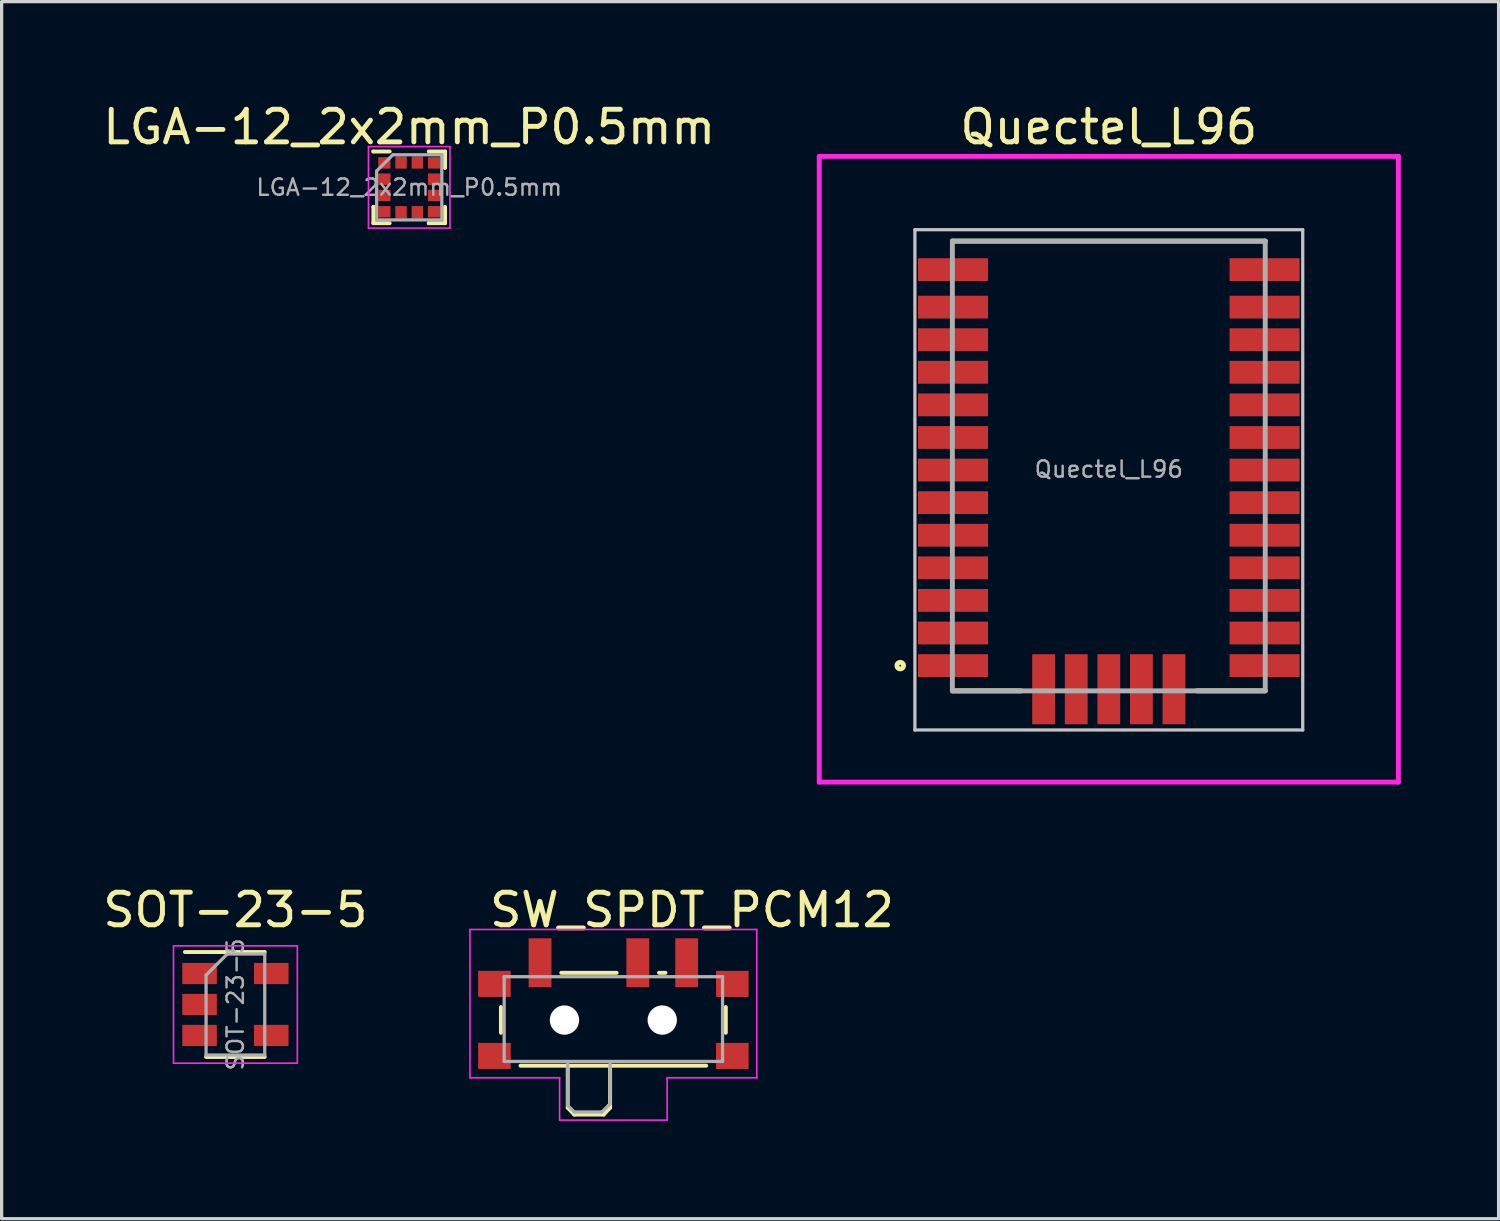
<source format=kicad_pcb>
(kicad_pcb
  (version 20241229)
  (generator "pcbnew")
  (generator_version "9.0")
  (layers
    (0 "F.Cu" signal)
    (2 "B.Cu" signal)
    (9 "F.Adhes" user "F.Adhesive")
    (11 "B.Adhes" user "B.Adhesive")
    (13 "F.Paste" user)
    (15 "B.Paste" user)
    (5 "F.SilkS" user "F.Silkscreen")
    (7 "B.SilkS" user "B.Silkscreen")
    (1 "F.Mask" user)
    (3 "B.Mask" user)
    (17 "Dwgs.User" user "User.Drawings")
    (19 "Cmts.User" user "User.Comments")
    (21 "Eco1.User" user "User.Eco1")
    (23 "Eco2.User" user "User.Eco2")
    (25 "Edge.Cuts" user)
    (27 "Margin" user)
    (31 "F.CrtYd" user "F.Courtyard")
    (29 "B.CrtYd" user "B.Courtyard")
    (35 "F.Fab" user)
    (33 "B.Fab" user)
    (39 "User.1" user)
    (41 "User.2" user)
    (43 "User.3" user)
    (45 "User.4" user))
  (footprint "LGA-12_2x2mm_P0.5mm"
    (layer "F.Cu")
    (at 9.506 2.698)
    (property "Reference" "LGA-12_2x2mm_P0.5mm" (at 0 -1.85 0) (layer "F.SilkS") (effects (font (size 1 1) (thickness 0.15))))
    (attr smd)
    (fp_line (start -1.1 -1.1) (end -1.1 -1.1) (stroke (width 0.12) (type solid)) (layer "F.SilkS"))
    (fp_line (start -1.1 0.6) (end -1.1 0.6) (stroke (width 0.12) (type solid)) (layer "F.SilkS"))
    (fp_line (start -1.1 1.1) (end -1.1 0.6) (stroke (width 0.12) (type solid)) (layer "F.SilkS"))
    (fp_line (start -0.6 -1.1) (end -1.1 -1.1) (stroke (width 0.12) (type solid)) (layer "F.SilkS"))
    (fp_line (start -0.6 1.1) (end -1.1 1.1) (stroke (width 0.12) (type solid)) (layer "F.SilkS"))
    (fp_line (start 0.6 -1.1) (end 1.1 -1.1) (stroke (width 0.12) (type solid)) (layer "F.SilkS"))
    (fp_line (start 0.6 1.1) (end 0.6 1.1) (stroke (width 0.12) (type solid)) (layer "F.SilkS"))
    (fp_line (start 1.1 -1.1) (end 1.1 -0.6) (stroke (width 0.12) (type solid)) (layer "F.SilkS"))
    (fp_line (start 1.1 -0.6) (end 1.1 -0.6) (stroke (width 0.12) (type solid)) (layer "F.SilkS"))
    (fp_line (start 1.1 0.6) (end 1.1 1.1) (stroke (width 0.12) (type solid)) (layer "F.SilkS"))
    (fp_line (start 1.1 1.1) (end 0.6 1.1) (stroke (width 0.12) (type solid)) (layer "F.SilkS"))
    (fp_line (start -1.25 -1.25) (end 1.25 -1.25) (stroke (width 0.05) (type solid)) (layer "F.CrtYd"))
    (fp_line (start -1.25 1.25) (end -1.25 -1.25) (stroke (width 0.05) (type solid)) (layer "F.CrtYd"))
    (fp_line (start 1.25 -1.25) (end 1.25 1.25) (stroke (width 0.05) (type solid)) (layer "F.CrtYd"))
    (fp_line (start 1.25 1.25) (end -1.25 1.25) (stroke (width 0.05) (type solid)) (layer "F.CrtYd"))
    (fp_line (start -1 -0.5) (end -0.5 -1) (stroke (width 0.1) (type solid)) (layer "F.Fab"))
    (fp_line (start -1 1) (end -1 -0.5) (stroke (width 0.1) (type solid)) (layer "F.Fab"))
    (fp_line (start -0.5 -1) (end 1 -1) (stroke (width 0.1) (type solid)) (layer "F.Fab"))
    (fp_line (start 1 -1) (end 1 1) (stroke (width 0.1) (type solid)) (layer "F.Fab"))
    (fp_line (start 1 1) (end -1 1) (stroke (width 0.1) (type solid)) (layer "F.Fab"))
    (fp_text user "${REFERENCE}" (at 0 0 0) (layer "F.Fab") (effects (font (size 0.5 0.5) (thickness 0.075))))
    (pad "1" smd rect (at -0.762 -0.75) (size 0.375 0.35) (layers "F.Cu" "F.Mask" "F.Paste"))
    (pad "2" smd rect (at -0.762 -0.25) (size 0.375 0.35) (layers "F.Cu" "F.Mask" "F.Paste"))
    (pad "3" smd rect (at -0.762 0.25) (size 0.375 0.35) (layers "F.Cu" "F.Mask" "F.Paste"))
    (pad "4" smd rect (at -0.762 0.75) (size 0.375 0.35) (layers "F.Cu" "F.Mask" "F.Paste"))
    (pad "5" smd rect (at -0.25 0.762 90) (size 0.375 0.35) (layers "F.Cu" "F.Mask" "F.Paste"))
    (pad "6" smd rect (at 0.25 0.762 90) (size 0.375 0.35) (layers "F.Cu" "F.Mask" "F.Paste"))
    (pad "7" smd rect (at 0.762 0.75) (size 0.375 0.35) (layers "F.Cu" "F.Mask" "F.Paste"))
    (pad "8" smd rect (at 0.762 0.25) (size 0.375 0.35) (layers "F.Cu" "F.Mask" "F.Paste"))
    (pad "9" smd rect (at 0.762 -0.25) (size 0.375 0.35) (layers "F.Cu" "F.Mask" "F.Paste"))
    (pad "10" smd rect (at 0.762 -0.75) (size 0.375 0.35) (layers "F.Cu" "F.Mask" "F.Paste"))
    (pad "11" smd rect (at 0.25 -0.762 90) (size 0.375 0.35) (layers "F.Cu" "F.Mask" "F.Paste"))
    (pad "12" smd rect (at -0.25 -0.762 90) (size 0.375 0.35) (layers "F.Cu" "F.Mask" "F.Paste")))
  (footprint "Quectel_L96"
    (layer "F.Cu")
    (at 30.972 11.348)
    (property "Reference" "Quectel_L96" (at 0 -10.5 0) (layer "F.SilkS") (effects (font (size 1 1) (thickness 0.15))))
    (attr smd)
    (fp_line (start -4.8 -7) (end 4.8 -7) (stroke (width 0.15) (type solid)) (layer "F.SilkS"))
    (fp_line (start -4.8 6.8) (end -2.7 6.8) (stroke (width 0.15) (type solid)) (layer "F.SilkS"))
    (fp_line (start 2.7 6.8) (end 4.8 6.8) (stroke (width 0.15) (type solid)) (layer "F.SilkS"))
    (fp_circle (center -6.4 6.025) (end -6.298 6.025) (stroke (width 0.15) (type solid)) (fill no) (layer "F.SilkS"))
    (fp_line (start -5.95 -7.35) (end 5.95 -7.35) (stroke (width 0.1) (type solid)) (layer "Dwgs.User"))
    (fp_line (start -5.95 8) (end -5.95 -7.35) (stroke (width 0.1) (type solid)) (layer "Dwgs.User"))
    (fp_line (start -5.95 8) (end 5.95 8) (stroke (width 0.1) (type solid)) (layer "Dwgs.User"))
    (fp_line (start 5.95 8) (end 5.95 -7.35) (stroke (width 0.1) (type solid)) (layer "Dwgs.User"))
    (fp_line (start -8.885 -9.6) (end 8.885 -9.6) (stroke (width 0.15) (type solid)) (layer "F.CrtYd"))
    (fp_line (start -8.885 9.6) (end -8.885 -9.6) (stroke (width 0.15) (type solid)) (layer "F.CrtYd"))
    (fp_line (start -8.885 9.6) (end 8.885 9.6) (stroke (width 0.15) (type solid)) (layer "F.CrtYd"))
    (fp_line (start 8.885 9.6) (end 8.885 -9.6) (stroke (width 0.15) (type solid)) (layer "F.CrtYd"))
    (fp_line (start -4.8 -7) (end 4.8 -7) (stroke (width 0.15) (type solid)) (layer "F.Fab"))
    (fp_line (start -4.8 6.8) (end -4.8 -7) (stroke (width 0.15) (type solid)) (layer "F.Fab"))
    (fp_line (start -4.8 6.8) (end 4.8 6.8) (stroke (width 0.15) (type solid)) (layer "F.Fab"))
    (fp_line (start 4.8 6.8) (end 4.8 -7) (stroke (width 0.15) (type solid)) (layer "F.Fab"))
    (fp_text user "${REFERENCE}" (at 0 0 0) (layer "F.Fab") (effects (font (size 0.5 0.5) (thickness 0.075))))
    (pad "1" smd rect (at -4.78 6.025 180) (size 2.15 0.7) (layers "F.Cu" "F.Mask" "F.Paste"))
    (pad "2" smd rect (at -4.78 5.025 180) (size 2.15 0.7) (layers "F.Cu" "F.Mask" "F.Paste"))
    (pad "3" smd rect (at -4.78 4.025 180) (size 2.15 0.7) (layers "F.Cu" "F.Mask" "F.Paste"))
    (pad "4" smd rect (at -4.78 3.025 180) (size 2.15 0.7) (layers "F.Cu" "F.Mask" "F.Paste"))
    (pad "5" smd rect (at -4.78 2.025 180) (size 2.15 0.7) (layers "F.Cu" "F.Mask" "F.Paste"))
    (pad "6" smd rect (at -4.78 1.025 180) (size 2.15 0.7) (layers "F.Cu" "F.Mask" "F.Paste"))
    (pad "7" smd rect (at -4.78 0.025 180) (size 2.15 0.7) (layers "F.Cu" "F.Mask" "F.Paste"))
    (pad "8" smd rect (at -4.78 -0.975 180) (size 2.15 0.7) (layers "F.Cu" "F.Mask" "F.Paste"))
    (pad "9" smd rect (at -4.78 -1.975 180) (size 2.15 0.7) (layers "F.Cu" "F.Mask" "F.Paste"))
    (pad "10" smd rect (at -4.78 -2.975 180) (size 2.15 0.7) (layers "F.Cu" "F.Mask" "F.Paste"))
    (pad "11" smd rect (at -4.78 -3.975 180) (size 2.15 0.7) (layers "F.Cu" "F.Mask" "F.Paste"))
    (pad "12" smd rect (at -4.78 -4.975 180) (size 2.15 0.7) (layers "F.Cu" "F.Mask" "F.Paste"))
    (pad "13" smd rect (at -4.78 -6.125 180) (size 2.15 0.7) (layers "F.Cu" "F.Mask" "F.Paste"))
    (pad "14" smd rect (at 4.78 -6.125 180) (size 2.15 0.7) (layers "F.Cu" "F.Mask" "F.Paste"))
    (pad "15" smd rect (at 4.78 -4.975 180) (size 2.15 0.7) (layers "F.Cu" "F.Mask" "F.Paste"))
    (pad "16" smd rect (at 4.78 -3.975 180) (size 2.15 0.7) (layers "F.Cu" "F.Mask" "F.Paste"))
    (pad "17" smd rect (at 4.78 -2.975 180) (size 2.15 0.7) (layers "F.Cu" "F.Mask" "F.Paste"))
    (pad "18" smd rect (at 4.78 -1.975 180) (size 2.15 0.7) (layers "F.Cu" "F.Mask" "F.Paste"))
    (pad "19" smd rect (at 4.78 -0.975 180) (size 2.15 0.7) (layers "F.Cu" "F.Mask" "F.Paste"))
    (pad "20" smd rect (at 4.78 0.025 180) (size 2.15 0.7) (layers "F.Cu" "F.Mask" "F.Paste"))
    (pad "21" smd rect (at 4.78 1.025 180) (size 2.15 0.7) (layers "F.Cu" "F.Mask" "F.Paste"))
    (pad "22" smd rect (at 4.78 2.025 180) (size 2.15 0.7) (layers "F.Cu" "F.Mask" "F.Paste"))
    (pad "23" smd rect (at 4.78 3.025 180) (size 2.15 0.7) (layers "F.Cu" "F.Mask" "F.Paste"))
    (pad "24" smd rect (at 4.78 4.025 180) (size 2.15 0.7) (layers "F.Cu" "F.Mask" "F.Paste"))
    (pad "25" smd rect (at 4.78 5.025 180) (size 2.15 0.7) (layers "F.Cu" "F.Mask" "F.Paste"))
    (pad "26" smd rect (at 4.78 6.025 180) (size 2.15 0.7) (layers "F.Cu" "F.Mask" "F.Paste"))
    (pad "27" smd rect (at 2 6.75 90) (size 2.15 0.7) (layers "F.Cu" "F.Mask" "F.Paste"))
    (pad "28" smd rect (at 1 6.75 90) (size 2.15 0.7) (layers "F.Cu" "F.Mask" "F.Paste"))
    (pad "29" smd rect (at 0 6.75 90) (size 2.15 0.7) (layers "F.Cu" "F.Mask" "F.Paste"))
    (pad "30" smd rect (at -1 6.75 90) (size 2.15 0.7) (layers "F.Cu" "F.Mask" "F.Paste"))
    (pad "31" smd rect (at -2 6.75 90) (size 2.15 0.7) (layers "F.Cu" "F.Mask" "F.Paste")))
  (footprint "SW_SPDT_PCM12"
    (layer "F.Cu")
    (at 15.77 27.919)
    (property "Reference" "SW_SPDT_PCM12" (at 2.413 -3.048 0) (layer "F.SilkS") (effects (font (size 1 1) (thickness 0.15))))
    (attr smd)
    (fp_line (start -3.45 -0.07) (end -3.45 0.72) (stroke (width 0.12) (type solid)) (layer "F.SilkS"))
    (fp_line (start -2.85 1.73) (end 2.85 1.73) (stroke (width 0.12) (type solid)) (layer "F.SilkS"))
    (fp_line (start -1.6 -1.12) (end 0.1 -1.12) (stroke (width 0.12) (type solid)) (layer "F.SilkS"))
    (fp_line (start -1.4 1.73) (end -1.4 3.02) (stroke (width 0.12) (type solid)) (layer "F.SilkS"))
    (fp_line (start -1.4 3.02) (end -1.2 3.23) (stroke (width 0.12) (type solid)) (layer "F.SilkS"))
    (fp_line (start -1.2 3.23) (end -0.3 3.23) (stroke (width 0.12) (type solid)) (layer "F.SilkS"))
    (fp_line (start -0.1 3.02) (end -0.3 3.23) (stroke (width 0.12) (type solid)) (layer "F.SilkS"))
    (fp_line (start -0.1 3.02) (end -0.1 1.73) (stroke (width 0.12) (type solid)) (layer "F.SilkS"))
    (fp_line (start 1.4 -1.12) (end 1.6 -1.12) (stroke (width 0.12) (type solid)) (layer "F.SilkS"))
    (fp_line (start 3.45 0.72) (end 3.45 -0.07) (stroke (width 0.12) (type solid)) (layer "F.SilkS"))
    (fp_line (start -4.4 -2.45) (end 4.4 -2.45) (stroke (width 0.05) (type solid)) (layer "F.CrtYd"))
    (fp_line (start -4.4 2.1) (end -4.4 -2.45) (stroke (width 0.05) (type solid)) (layer "F.CrtYd"))
    (fp_line (start -1.65 2.1) (end -4.4 2.1) (stroke (width 0.05) (type solid)) (layer "F.CrtYd"))
    (fp_line (start -1.65 3.4) (end -1.65 2.1) (stroke (width 0.05) (type solid)) (layer "F.CrtYd"))
    (fp_line (start 1.65 2.1) (end 1.65 3.4) (stroke (width 0.05) (type solid)) (layer "F.CrtYd"))
    (fp_line (start 1.65 3.4) (end -1.65 3.4) (stroke (width 0.05) (type solid)) (layer "F.CrtYd"))
    (fp_line (start 4.4 -2.45) (end 4.4 2.1) (stroke (width 0.05) (type solid)) (layer "F.CrtYd"))
    (fp_line (start 4.4 2.1) (end 1.65 2.1) (stroke (width 0.05) (type solid)) (layer "F.CrtYd"))
    (fp_line (start -3.35 -1) (end -3.35 1.6) (stroke (width 0.1) (type solid)) (layer "F.Fab"))
    (fp_line (start -3.35 1.6) (end 3.35 1.6) (stroke (width 0.1) (type solid)) (layer "F.Fab"))
    (fp_line (start -1.4 1.65) (end -1.4 2.95) (stroke (width 0.1) (type solid)) (layer "F.Fab"))
    (fp_line (start -1.4 2.95) (end -1.2 3.15) (stroke (width 0.1) (type solid)) (layer "F.Fab"))
    (fp_line (start -1.2 3.15) (end -0.35 3.15) (stroke (width 0.1) (type solid)) (layer "F.Fab"))
    (fp_line (start -0.35 3.15) (end -0.15 2.95) (stroke (width 0.1) (type solid)) (layer "F.Fab"))
    (fp_line (start -0.15 2.95) (end -0.1 2.9) (stroke (width 0.1) (type solid)) (layer "F.Fab"))
    (fp_line (start -0.1 2.9) (end -0.1 1.6) (stroke (width 0.1) (type solid)) (layer "F.Fab"))
    (fp_line (start 3.35 -1) (end -3.35 -1) (stroke (width 0.1) (type solid)) (layer "F.Fab"))
    (fp_line (start 3.35 1.6) (end 3.35 -1) (stroke (width 0.1) (type solid)) (layer "F.Fab"))
    (pad "" smd rect (at -3.65 -0.78) (size 1 0.8) (layers "F.Cu" "F.Mask" "F.Paste"))
    (pad "" smd rect (at -3.65 1.43) (size 1 0.8) (layers "F.Cu" "F.Mask" "F.Paste"))
    (pad "" np_thru_hole circle (at -1.5 0.33) (size 0.9 0.9) (drill 0.9) (layers "*.Cu" "*.Mask"))
    (pad "" np_thru_hole circle (at 1.5 0.33) (size 0.9 0.9) (drill 0.9) (layers "*.Cu" "*.Mask"))
    (pad "" smd rect (at 3.65 -0.78) (size 1 0.8) (layers "F.Cu" "F.Mask" "F.Paste"))
    (pad "" smd rect (at 3.65 1.43) (size 1 0.8) (layers "F.Cu" "F.Mask" "F.Paste"))
    (pad "1" smd rect (at -2.25 -1.43) (size 0.7 1.5) (layers "F.Cu" "F.Mask" "F.Paste"))
    (pad "2" smd rect (at 0.75 -1.43) (size 0.7 1.5) (layers "F.Cu" "F.Mask" "F.Paste"))
    (pad "3" smd rect (at 2.25 -1.43) (size 0.7 1.5) (layers "F.Cu" "F.Mask" "F.Paste")))
  (footprint "SOT-23-5"
    (layer "F.Cu")
    (at 4.173 27.771)
    (property "Reference" "SOT-23-5" (at 0 -2.9 0) (layer "F.SilkS") (effects (font (size 1 1) (thickness 0.15))))
    (attr smd)
    (fp_line (start -0.9 1.61) (end 0.9 1.61) (stroke (width 0.12) (type solid)) (layer "F.SilkS"))
    (fp_line (start 0.9 -1.61) (end -1.55 -1.61) (stroke (width 0.12) (type solid)) (layer "F.SilkS"))
    (fp_line (start -1.9 -1.8) (end 1.9 -1.8) (stroke (width 0.05) (type solid)) (layer "F.CrtYd"))
    (fp_line (start -1.9 1.8) (end -1.9 -1.8) (stroke (width 0.05) (type solid)) (layer "F.CrtYd"))
    (fp_line (start 1.9 -1.8) (end 1.9 1.8) (stroke (width 0.05) (type solid)) (layer "F.CrtYd"))
    (fp_line (start 1.9 1.8) (end -1.9 1.8) (stroke (width 0.05) (type solid)) (layer "F.CrtYd"))
    (fp_line (start -0.9 -0.9) (end -0.9 1.55) (stroke (width 0.1) (type solid)) (layer "F.Fab"))
    (fp_line (start -0.9 -0.9) (end -0.25 -1.55) (stroke (width 0.1) (type solid)) (layer "F.Fab"))
    (fp_line (start 0.9 -1.55) (end -0.25 -1.55) (stroke (width 0.1) (type solid)) (layer "F.Fab"))
    (fp_line (start 0.9 -1.55) (end 0.9 1.55) (stroke (width 0.1) (type solid)) (layer "F.Fab"))
    (fp_line (start 0.9 1.55) (end -0.9 1.55) (stroke (width 0.1) (type solid)) (layer "F.Fab"))
    (fp_text user "${REFERENCE}" (at 0 0 90) (layer "F.Fab") (effects (font (size 0.5 0.5) (thickness 0.075))))
    (pad "1" smd rect (at -1.1 -0.95) (size 1.06 0.65) (layers "F.Cu" "F.Mask" "F.Paste"))
    (pad "2" smd rect (at -1.1 0) (size 1.06 0.65) (layers "F.Cu" "F.Mask" "F.Paste"))
    (pad "3" smd rect (at -1.1 0.95) (size 1.06 0.65) (layers "F.Cu" "F.Mask" "F.Paste"))
    (pad "4" smd rect (at 1.1 0.95) (size 1.06 0.65) (layers "F.Cu" "F.Mask" "F.Paste"))
    (pad "5" smd rect (at 1.1 -0.95) (size 1.06 0.65) (layers "F.Cu" "F.Mask" "F.Paste")))
  (gr_rect
    (start -3 -3)
    (end 42.932 34.344)
    (stroke (width 0.1) (type default))
    (fill no)
    (layer "Edge.Cuts")))
</source>
